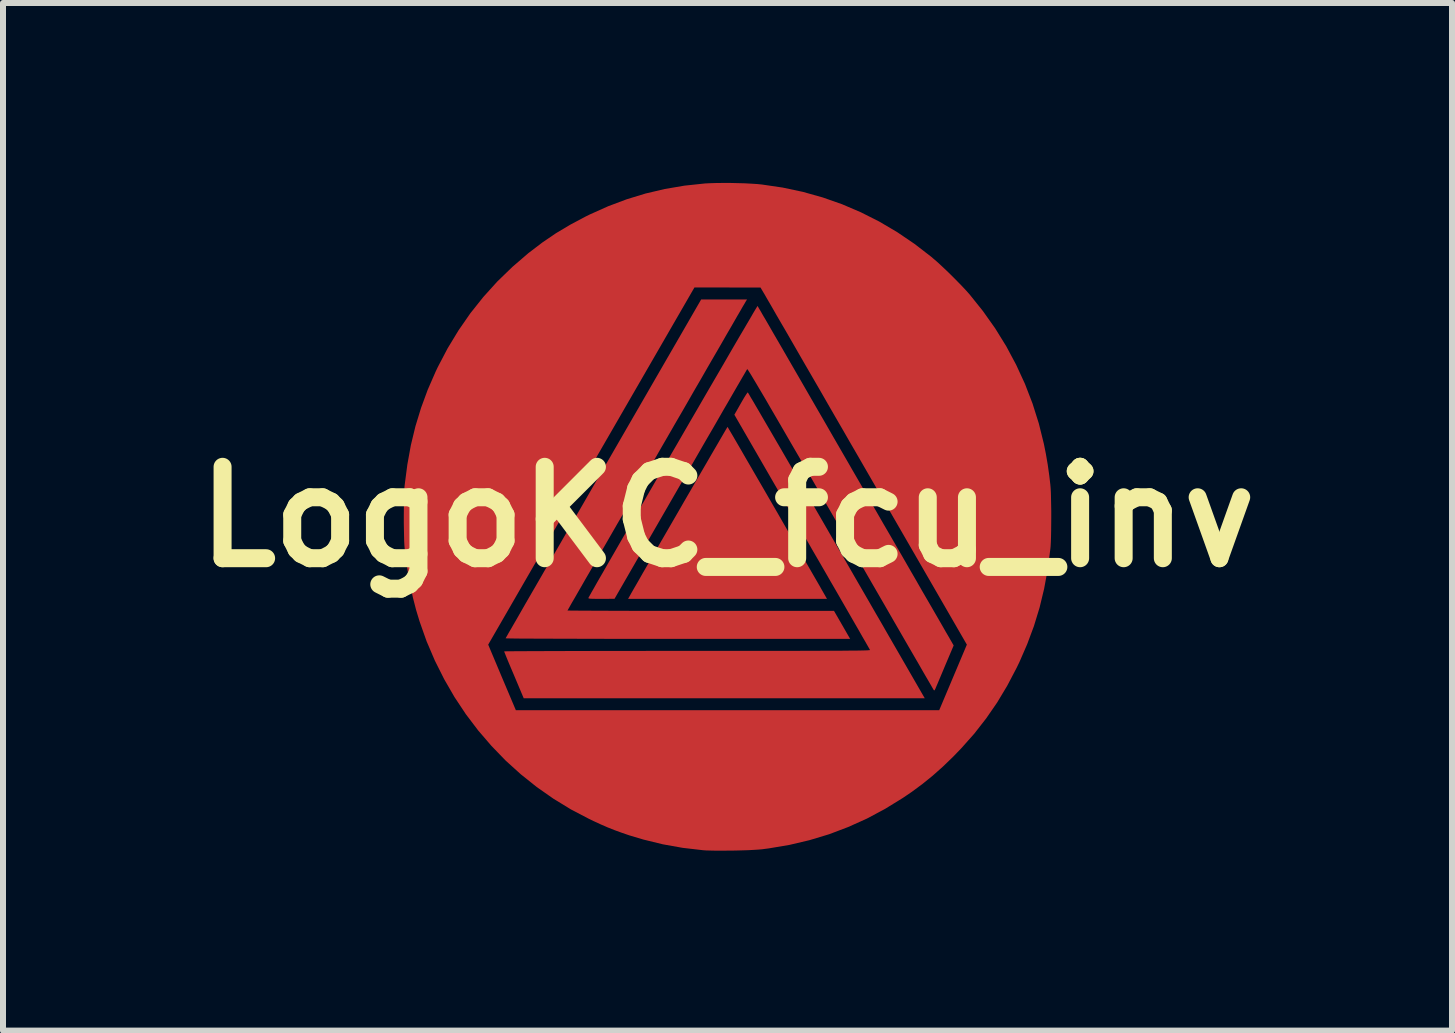
<source format=kicad_pcb>
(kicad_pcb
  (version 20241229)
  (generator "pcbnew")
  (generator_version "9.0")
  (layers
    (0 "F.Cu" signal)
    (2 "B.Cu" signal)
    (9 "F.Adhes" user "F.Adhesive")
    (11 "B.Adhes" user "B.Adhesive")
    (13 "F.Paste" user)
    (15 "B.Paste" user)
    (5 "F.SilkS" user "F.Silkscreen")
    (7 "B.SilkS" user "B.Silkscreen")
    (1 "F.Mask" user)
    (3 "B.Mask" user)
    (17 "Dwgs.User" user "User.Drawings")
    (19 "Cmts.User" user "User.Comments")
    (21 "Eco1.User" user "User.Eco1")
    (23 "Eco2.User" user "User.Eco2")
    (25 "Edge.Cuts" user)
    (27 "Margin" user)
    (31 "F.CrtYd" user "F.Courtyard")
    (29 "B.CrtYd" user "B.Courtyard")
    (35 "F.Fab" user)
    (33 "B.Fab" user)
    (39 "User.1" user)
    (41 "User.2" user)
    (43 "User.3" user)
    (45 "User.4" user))
  (footprint "LogoKC_fcu_inv"
    (layer "F.Cu")
    (at 9.079 5.567)
    (property "Reference" "LogoKC_fcu_inv" (at 0 0 0) (layer "F.SilkS") (effects (font (size 1.524 1.524) (thickness 0.3))))
    (attr board_only exclude_from_pos_files exclude_from_bom)
    (fp_poly (pts (xy 0.006 -1.491) (xy 0.022 -1.463) (xy 0.048 -1.419) (xy 0.083 -1.36) (xy 0.126 -1.286) (xy 0.176 -1.2) (xy 0.233 -1.102) (xy 0.295 -0.994) (xy 0.363 -0.877) (xy 0.435 -0.753) (xy 0.511 -0.622) (xy 0.59 -0.486) (xy 0.671 -0.346) (xy 0.753 -0.204) (xy 0.836 -0.061) (xy 0.918 0.082) (xy 1 0.224) (xy 1.08 0.362) (xy 1.158 0.497) (xy 1.233 0.627) (xy 1.304 0.75) (xy 1.37 0.865) (xy 1.431 0.971) (xy 1.486 1.066) (xy 1.534 1.149) (xy 1.574 1.22) (xy 1.606 1.276) (xy 1.621 1.302) (xy 1.658 1.367) (xy -1.658 1.367) (xy -1.621 1.302) (xy -1.596 1.257) (xy -1.561 1.196) (xy -1.518 1.122) (xy -1.468 1.035) (xy -1.412 0.936) (xy -1.349 0.828) (xy -1.281 0.71) (xy -1.209 0.585) (xy -1.134 0.454) (xy -1.055 0.318) (xy -0.974 0.178) (xy -0.892 0.036) (xy -0.809 -0.107) (xy -0.727 -0.25) (xy -0.645 -0.391) (xy -0.565 -0.529) (xy -0.487 -0.664) (xy -0.412 -0.793) (xy -0.341 -0.915) (xy -0.275 -1.029) (xy -0.214 -1.134) (xy -0.159 -1.228) (xy -0.111 -1.311) (xy -0.071 -1.38) (xy -0.039 -1.435) (xy -0.016 -1.474) (xy -0.003 -1.495) (xy 0 -1.5)) (stroke (width 0) (type solid)) (fill yes) (layer "F.Cu"))
    (fp_poly (pts (xy 0.309 -3.599) (xy 0.301 -3.586) (xy 0.283 -3.554) (xy 0.254 -3.506) (xy 0.217 -3.441) (xy 0.17 -3.361) (xy 0.116 -3.267) (xy 0.054 -3.159) (xy -0.016 -3.039) (xy -0.091 -2.908) (xy -0.173 -2.766) (xy -0.261 -2.615) (xy -0.353 -2.456) (xy -0.449 -2.288) (xy -0.55 -2.115) (xy -0.653 -1.935) (xy -0.759 -1.751) (xy -0.868 -1.564) (xy -0.978 -1.373) (xy -1.089 -1.181) (xy -1.2 -0.988) (xy -1.311 -0.795) (xy -1.422 -0.603) (xy -1.531 -0.414) (xy -1.639 -0.227) (xy -1.744 -0.044) (xy -1.847 0.133) (xy -1.946 0.305) (xy -2.041 0.47) (xy -2.131 0.627) (xy -2.216 0.775) (xy -2.296 0.914) (xy -2.37 1.041) (xy -2.436 1.157) (xy -2.496 1.261) (xy -2.547 1.35) (xy -2.591 1.425) (xy -2.625 1.485) (xy -2.649 1.528) (xy -2.664 1.554) (xy -2.668 1.561) (xy -2.657 1.562) (xy -2.625 1.562) (xy -2.573 1.563) (xy -2.501 1.563) (xy -2.412 1.564) (xy -2.306 1.564) (xy -2.183 1.565) (xy -2.046 1.565) (xy -1.895 1.566) (xy -1.732 1.566) (xy -1.556 1.567) (xy -1.37 1.567) (xy -1.175 1.567) (xy -0.971 1.567) (xy -0.759 1.567) (xy -0.541 1.567) (xy -0.446 1.567) (xy 1.775 1.567) (xy 1.91 1.801) (xy 2.044 2.034) (xy -0.83 2.034) (xy -1.111 2.034) (xy -1.382 2.034) (xy -1.642 2.034) (xy -1.889 2.034) (xy -2.124 2.033) (xy -2.345 2.033) (xy -2.552 2.032) (xy -2.744 2.032) (xy -2.921 2.031) (xy -3.081 2.031) (xy -3.225 2.03) (xy -3.351 2.029) (xy -3.459 2.029) (xy -3.547 2.028) (xy -3.616 2.027) (xy -3.665 2.026) (xy -3.693 2.025) (xy -3.7 2.024) (xy -3.694 2.014) (xy -3.677 1.985) (xy -3.651 1.938) (xy -3.614 1.875) (xy -3.568 1.795) (xy -3.513 1.7) (xy -3.45 1.59) (xy -3.379 1.466) (xy -3.3 1.329) (xy -3.213 1.179) (xy -3.12 1.018) (xy -3.021 0.846) (xy -2.916 0.664) (xy -2.805 0.472) (xy -2.69 0.272) (xy -2.569 0.063) (xy -2.445 -0.152) (xy -2.317 -0.374) (xy -2.186 -0.602) (xy -2.068 -0.805) (xy -0.44 -3.624) (xy 0.325 -3.624)) (stroke (width 0) (type solid)) (fill yes) (layer "F.Cu"))
    (fp_poly (pts (xy 0.344 -2.066) (xy 0.361 -2.038) (xy 0.387 -1.992) (xy 0.424 -1.931) (xy 0.468 -1.855) (xy 0.521 -1.765) (xy 0.581 -1.661) (xy 0.648 -1.546) (xy 0.721 -1.421) (xy 0.8 -1.285) (xy 0.884 -1.141) (xy 0.972 -0.989) (xy 1.064 -0.83) (xy 1.158 -0.666) (xy 1.18 -0.628) (xy 1.29 -0.438) (xy 1.405 -0.238) (xy 1.525 -0.031) (xy 1.648 0.182) (xy 1.772 0.397) (xy 1.897 0.613) (xy 2.02 0.826) (xy 2.14 1.035) (xy 2.257 1.237) (xy 2.368 1.429) (xy 2.472 1.61) (xy 2.568 1.775) (xy 2.651 1.92) (xy 3.288 3.024) (xy -3.398 3.024) (xy -3.561 2.637) (xy -3.598 2.55) (xy -3.632 2.47) (xy -3.662 2.398) (xy -3.687 2.337) (xy -3.706 2.289) (xy -3.719 2.257) (xy -3.724 2.243) (xy -3.724 2.243) (xy -3.713 2.242) (xy -3.681 2.241) (xy -3.628 2.241) (xy -3.556 2.24) (xy -3.465 2.239) (xy -3.356 2.239) (xy -3.231 2.238) (xy -3.089 2.238) (xy -2.933 2.237) (xy -2.762 2.237) (xy -2.578 2.236) (xy -2.382 2.236) (xy -2.174 2.235) (xy -1.956 2.235) (xy -1.728 2.235) (xy -1.491 2.235) (xy -1.247 2.234) (xy -0.995 2.234) (xy -0.738 2.234) (xy -0.671 2.234) (xy -0.358 2.234) (xy -0.066 2.234) (xy 0.204 2.234) (xy 0.455 2.234) (xy 0.687 2.234) (xy 0.9 2.234) (xy 1.095 2.234) (xy 1.273 2.233) (xy 1.434 2.233) (xy 1.58 2.232) (xy 1.71 2.232) (xy 1.827 2.232) (xy 1.93 2.231) (xy 2.02 2.23) (xy 2.098 2.23) (xy 2.165 2.229) (xy 2.221 2.228) (xy 2.267 2.227) (xy 2.304 2.226) (xy 2.332 2.225) (xy 2.353 2.223) (xy 2.366 2.222) (xy 2.374 2.221) (xy 2.375 2.219) (xy 2.369 2.208) (xy 2.353 2.179) (xy 2.326 2.132) (xy 2.29 2.069) (xy 2.244 1.99) (xy 2.191 1.896) (xy 2.129 1.789) (xy 2.06 1.669) (xy 1.984 1.537) (xy 1.901 1.393) (xy 1.813 1.24) (xy 1.719 1.078) (xy 1.621 0.907) (xy 1.518 0.729) (xy 1.411 0.545) (xy 1.302 0.354) (xy 1.242 0.25) (xy 0.114 -1.703) (xy 0.221 -1.891) (xy 0.254 -1.948) (xy 0.284 -1.999) (xy 0.309 -2.038) (xy 0.327 -2.065) (xy 0.337 -2.075) (xy 0.337 -2.075)) (stroke (width 0) (type solid)) (fill yes) (layer "F.Cu"))
    (fp_poly (pts (xy 0.507 -3.506) (xy 0.523 -3.477) (xy 0.551 -3.431) (xy 0.587 -3.367) (xy 0.634 -3.288) (xy 0.689 -3.193) (xy 0.752 -3.083) (xy 0.824 -2.959) (xy 0.903 -2.823) (xy 0.989 -2.674) (xy 1.082 -2.513) (xy 1.181 -2.342) (xy 1.286 -2.16) (xy 1.396 -1.969) (xy 1.511 -1.77) (xy 1.631 -1.563) (xy 1.754 -1.349) (xy 1.881 -1.129) (xy 2.012 -0.903) (xy 2.09 -0.767) (xy 2.223 -0.538) (xy 2.352 -0.313) (xy 2.479 -0.093) (xy 2.602 0.121) (xy 2.722 0.327) (xy 2.837 0.526) (xy 2.947 0.717) (xy 3.051 0.898) (xy 3.15 1.069) (xy 3.242 1.23) (xy 3.328 1.378) (xy 3.407 1.514) (xy 3.478 1.637) (xy 3.541 1.746) (xy 3.595 1.84) (xy 3.64 1.919) (xy 3.676 1.98) (xy 3.702 2.025) (xy 3.717 2.052) (xy 3.721 2.058) (xy 3.77 2.144) (xy 3.625 2.486) (xy 3.59 2.57) (xy 3.557 2.648) (xy 3.527 2.719) (xy 3.502 2.779) (xy 3.482 2.825) (xy 3.469 2.856) (xy 3.465 2.866) (xy 3.453 2.889) (xy 3.443 2.893) (xy 3.439 2.888) (xy 3.432 2.877) (xy 3.415 2.848) (xy 3.388 2.801) (xy 3.351 2.737) (xy 3.304 2.657) (xy 3.249 2.562) (xy 3.186 2.452) (xy 3.114 2.328) (xy 3.035 2.192) (xy 2.949 2.043) (xy 2.856 1.882) (xy 2.757 1.711) (xy 2.653 1.53) (xy 2.543 1.34) (xy 2.428 1.141) (xy 2.309 0.935) (xy 2.186 0.722) (xy 2.06 0.503) (xy 1.93 0.279) (xy 1.883 0.197) (xy 1.72 -0.086) (xy 1.568 -0.35) (xy 1.426 -0.596) (xy 1.294 -0.824) (xy 1.172 -1.034) (xy 1.059 -1.228) (xy 0.956 -1.406) (xy 0.862 -1.568) (xy 0.777 -1.714) (xy 0.7 -1.846) (xy 0.632 -1.964) (xy 0.571 -2.067) (xy 0.517 -2.158) (xy 0.471 -2.236) (xy 0.432 -2.301) (xy 0.4 -2.355) (xy 0.374 -2.397) (xy 0.354 -2.428) (xy 0.34 -2.45) (xy 0.331 -2.461) (xy 0.328 -2.463) (xy 0.321 -2.452) (xy 0.304 -2.423) (xy 0.277 -2.376) (xy 0.24 -2.313) (xy 0.194 -2.234) (xy 0.14 -2.141) (xy 0.078 -2.034) (xy 0.009 -1.914) (xy -0.068 -1.782) (xy -0.15 -1.639) (xy -0.238 -1.486) (xy -0.332 -1.325) (xy -0.43 -1.155) (xy -0.532 -0.978) (xy -0.638 -0.794) (xy -0.747 -0.605) (xy -0.784 -0.541) (xy -1.884 1.366) (xy -2.105 1.367) (xy -2.181 1.367) (xy -2.237 1.366) (xy -2.276 1.365) (xy -2.301 1.363) (xy -2.315 1.359) (xy -2.32 1.355) (xy -2.319 1.35) (xy -2.312 1.337) (xy -2.294 1.305) (xy -2.267 1.256) (xy -2.23 1.192) (xy -2.185 1.112) (xy -2.131 1.018) (xy -2.069 0.911) (xy -2.001 0.792) (xy -1.926 0.662) (xy -1.845 0.521) (xy -1.759 0.372) (xy -1.668 0.214) (xy -1.573 0.05) (xy -1.474 -0.121) (xy -1.372 -0.297) (xy -1.268 -0.478) (xy -1.162 -0.661) (xy -1.054 -0.847) (xy -0.946 -1.034) (xy -0.837 -1.221) (xy -0.729 -1.408) (xy -0.622 -1.593) (xy -0.516 -1.775) (xy -0.413 -1.953) (xy -0.312 -2.127) (xy -0.214 -2.295) (xy -0.12 -2.456) (xy -0.031 -2.61) (xy 0.053 -2.755) (xy 0.132 -2.891) (xy 0.205 -3.016) (xy 0.272 -3.129) (xy 0.331 -3.23) (xy 0.382 -3.317) (xy 0.424 -3.39) (xy 0.458 -3.447) (xy 0.483 -3.488) (xy 0.497 -3.511) (xy 0.5 -3.516)) (stroke (width 0) (type solid)) (fill yes) (layer "F.Cu"))
    (fp_poly (pts (xy 0.046 -5.567) (xy 0.167 -5.564) (xy 0.285 -5.561) (xy 0.395 -5.555) (xy 0.493 -5.549) (xy 0.572 -5.541) (xy 0.919 -5.49) (xy 1.257 -5.418) (xy 1.588 -5.325) (xy 1.91 -5.212) (xy 2.225 -5.077) (xy 2.53 -4.923) (xy 2.827 -4.748) (xy 3.116 -4.552) (xy 3.395 -4.337) (xy 3.424 -4.312) (xy 3.492 -4.254) (xy 3.57 -4.182) (xy 3.655 -4.102) (xy 3.742 -4.017) (xy 3.828 -3.93) (xy 3.909 -3.847) (xy 3.981 -3.77) (xy 4.037 -3.707) (xy 4.258 -3.431) (xy 4.462 -3.143) (xy 4.647 -2.844) (xy 4.812 -2.535) (xy 4.959 -2.216) (xy 5.085 -1.889) (xy 5.19 -1.556) (xy 5.274 -1.217) (xy 5.308 -1.047) (xy 5.339 -0.866) (xy 5.365 -0.681) (xy 5.382 -0.534) (xy 5.387 -0.475) (xy 5.391 -0.399) (xy 5.393 -0.307) (xy 5.395 -0.205) (xy 5.397 -0.096) (xy 5.397 0.016) (xy 5.396 0.128) (xy 5.395 0.235) (xy 5.393 0.335) (xy 5.39 0.422) (xy 5.386 0.494) (xy 5.382 0.534) (xy 5.338 0.873) (xy 5.278 1.199) (xy 5.202 1.514) (xy 5.108 1.821) (xy 4.996 2.122) (xy 4.866 2.421) (xy 4.819 2.518) (xy 4.663 2.815) (xy 4.495 3.095) (xy 4.312 3.36) (xy 4.114 3.614) (xy 3.897 3.858) (xy 3.763 3.997) (xy 3.59 4.164) (xy 3.419 4.316) (xy 3.246 4.456) (xy 3.064 4.59) (xy 2.924 4.685) (xy 2.627 4.868) (xy 2.324 5.03) (xy 2.013 5.17) (xy 1.694 5.291) (xy 1.366 5.39) (xy 1.031 5.469) (xy 0.687 5.527) (xy 0.572 5.542) (xy 0.512 5.547) (xy 0.433 5.552) (xy 0.34 5.557) (xy 0.237 5.56) (xy 0.128 5.563) (xy 0.018 5.564) (xy -0.09 5.565) (xy -0.192 5.565) (xy -0.283 5.563) (xy -0.359 5.561) (xy -0.411 5.557) (xy -0.747 5.518) (xy -1.078 5.459) (xy -1.401 5.38) (xy -1.639 5.309) (xy -1.767 5.265) (xy -1.885 5.222) (xy -1.998 5.177) (xy -2.113 5.127) (xy -2.237 5.07) (xy -2.307 5.036) (xy -2.611 4.877) (xy -2.902 4.699) (xy -3.182 4.503) (xy -3.447 4.291) (xy -3.699 4.063) (xy -3.935 3.819) (xy -4.157 3.561) (xy -4.363 3.289) (xy -4.552 3.004) (xy -4.724 2.706) (xy -4.879 2.397) (xy -4.993 2.13) (xy -3.99 2.13) (xy -3.76 2.677) (xy -3.529 3.223) (xy 3.529 3.223) (xy 3.99 2.13) (xy 2.324 -0.755) (xy 2.188 -0.991) (xy 2.054 -1.222) (xy 1.924 -1.448) (xy 1.797 -1.667) (xy 1.674 -1.88) (xy 1.556 -2.086) (xy 1.442 -2.283) (xy 1.333 -2.471) (xy 1.23 -2.649) (xy 1.134 -2.816) (xy 1.044 -2.972) (xy 0.961 -3.116) (xy 0.885 -3.246) (xy 0.817 -3.363) (xy 0.758 -3.466) (xy 0.708 -3.553) (xy 0.667 -3.623) (xy 0.636 -3.677) (xy 0.615 -3.714) (xy 0.604 -3.732) (xy 0.604 -3.732) (xy 0.55 -3.823) (xy -0.001 -3.824) (xy -0.552 -3.824) (xy -2.271 -0.847) (xy -3.99 2.13) (xy -4.993 2.13) (xy -5.016 2.077) (xy -5.133 1.746) (xy -5.192 1.552) (xy -5.245 1.346) (xy -5.293 1.124) (xy -5.334 0.893) (xy -5.368 0.66) (xy -5.382 0.534) (xy -5.387 0.475) (xy -5.391 0.399) (xy -5.393 0.308) (xy -5.395 0.206) (xy -5.397 0.097) (xy -5.397 -0.016) (xy -5.396 -0.128) (xy -5.395 -0.235) (xy -5.393 -0.335) (xy -5.39 -0.422) (xy -5.386 -0.494) (xy -5.382 -0.534) (xy -5.338 -0.872) (xy -5.279 -1.197) (xy -5.203 -1.511) (xy -5.109 -1.818) (xy -4.998 -2.12) (xy -4.867 -2.42) (xy -4.831 -2.496) (xy -4.667 -2.809) (xy -4.485 -3.109) (xy -4.287 -3.395) (xy -4.071 -3.666) (xy -3.838 -3.924) (xy -3.587 -4.167) (xy -3.32 -4.397) (xy -3.308 -4.406) (xy -3.085 -4.576) (xy -2.857 -4.731) (xy -2.618 -4.873) (xy -2.364 -5.008) (xy -2.295 -5.042) (xy -1.989 -5.179) (xy -1.68 -5.295) (xy -1.366 -5.391) (xy -1.046 -5.466) (xy -0.718 -5.522) (xy -0.38 -5.558) (xy -0.367 -5.559) (xy -0.284 -5.563) (xy -0.184 -5.566) (xy -0.073 -5.567)) (stroke (width 0) (type solid)) (fill yes) (layer "F.Cu")))
  (gr_rect
    (start -3 -3)
    (end 21.157 14.132)
    (stroke (width 0.1) (type default))
    (fill no)
    (layer "Edge.Cuts")))
</source>
